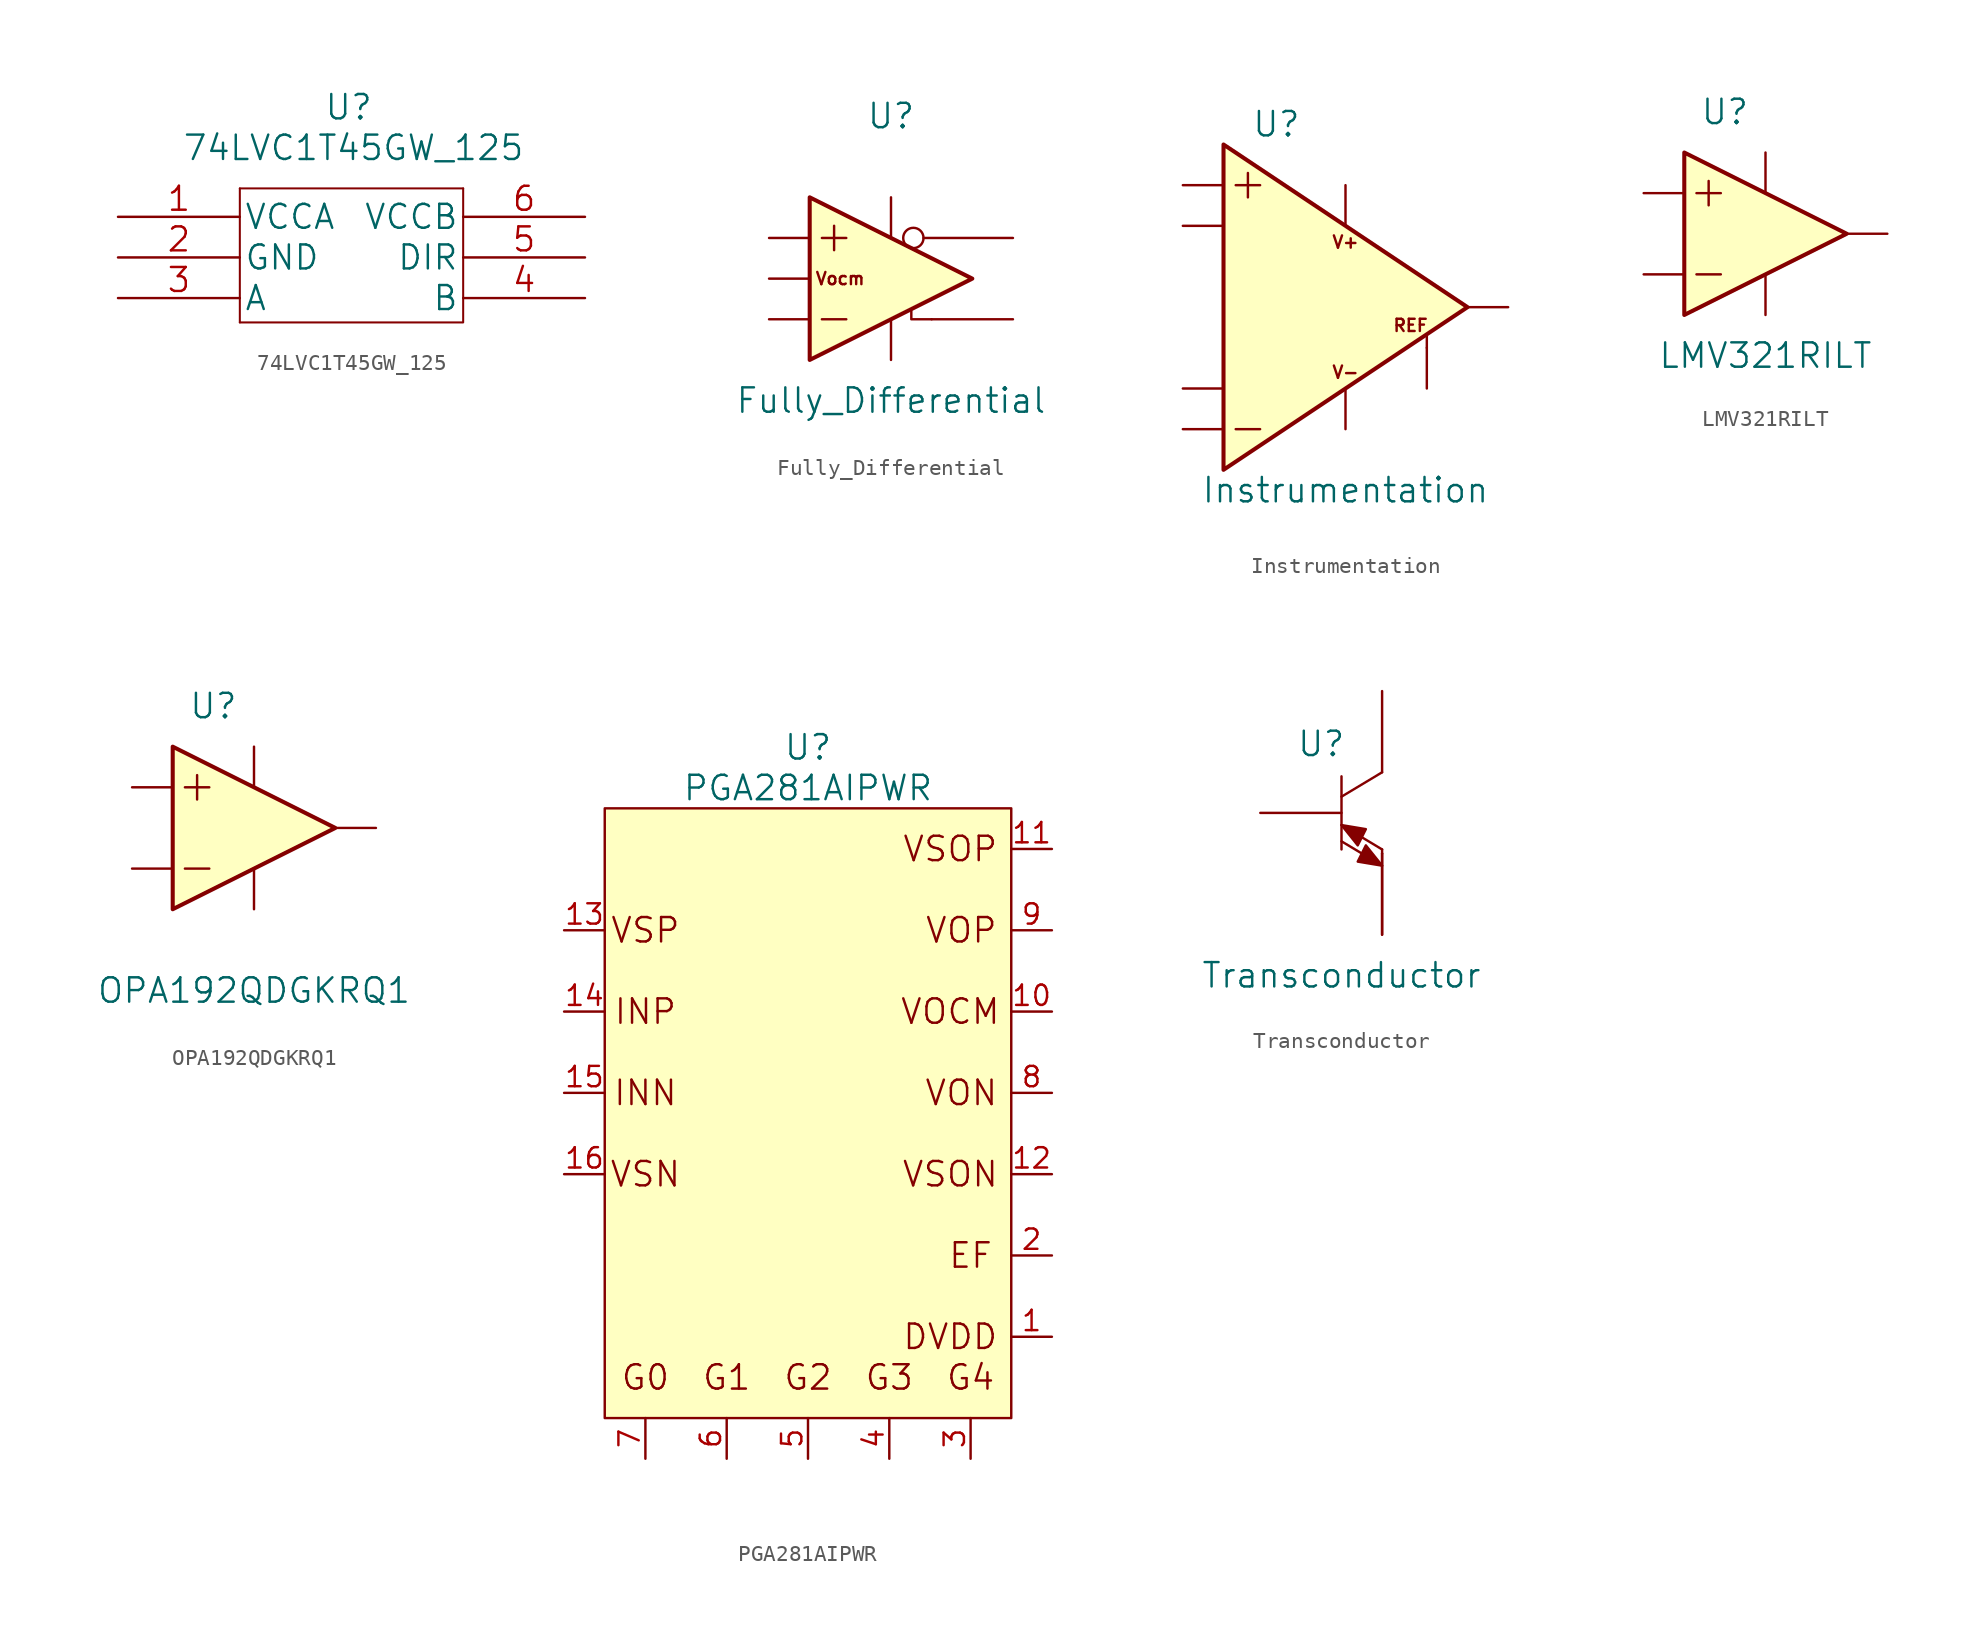
<source format=kicad_sym>
(kicad_symbol_lib
  (version 20211014)
  (generator kicad_symbol_editor)
  (symbol "74LVC1T45GW_125"
    (pin_names
      (offset 0.254))
    (property "Reference" "U"
      (at 25.095 6.858 0)
      (effects (font (size 1.524 1.524))))
    (property "Value" "74LVC1T45GW_125"
      (at 25.4 4.318 0)
      (effects (font (size 1.524 1.524))))
    (symbol "74LVC1T45GW_125_1_1"
      (polyline (pts (xy 18.288 -6.604) (xy 32.207 -6.604)) (stroke (width 0.127) (type default) (color 0 0 0 0)) (fill (type none)))
      (polyline (pts (xy 18.288 1.778) (xy 18.288 -6.604)) (stroke (width 0.127) (type default) (color 0 0 0 0)) (fill (type none)))
      (polyline (pts (xy 32.258 -6.604) (xy 32.258 1.778)) (stroke (width 0.127) (type default) (color 0 0 0 0)) (fill (type none)))
      (polyline (pts (xy 32.258 1.778) (xy 18.288 1.778)) (stroke (width 0.127) (type default) (color 0 0 0 0)) (fill (type none)))
      (pin power_in line (at 10.668 0 0) (length 7.62) (name "VCCA" (effects (font (size 1.499 1.499)))) (number "1" (effects (font (size 1.499 1.499)))))
      (pin power_in line (at 10.668 -2.54 0) (length 7.62) (name "GND" (effects (font (size 1.499 1.499)))) (number "2" (effects (font (size 1.499 1.499)))))
      (pin bidirectional line (at 10.668 -5.08 0) (length 7.62) (name "A" (effects (font (size 1.499 1.499)))) (number "3" (effects (font (size 1.499 1.499)))))
      (pin bidirectional line (at 39.878 -5.08 180) (length 7.62) (name "B" (effects (font (size 1.499 1.499)))) (number "4" (effects (font (size 1.499 1.499)))))
      (pin input line (at 39.878 -2.54 180) (length 7.62) (name "DIR" (effects (font (size 1.499 1.499)))) (number "5" (effects (font (size 1.499 1.499)))))
      (pin power_in line (at 39.878 0 180) (length 7.62) (name "VCCB" (effects (font (size 1.499 1.499)))) (number "6" (effects (font (size 1.499 1.499)))))))
  (symbol "Fully_Differential"
    (pin_numbers hide)
    (pin_names
      (offset 0) hide)
    (property "Reference" "U"
      (at 0 10.16 0)
      (effects (font (size 1.524 1.524))))
    (property "Value" "Fully_Differential"
      (at 0 -7.62 0)
      (effects (font (size 1.524 1.524))))
    (symbol "Fully_Differential_0_0"
      (text "Vocm" (at -3.175 0 0) (effects (font (size 0.762 0.762)))))
    (symbol "Fully_Differential_0_1"
      (polyline (pts (xy -4.318 -2.54) (xy -2.794 -2.54)) (stroke (width 0) (type default) (color 0 0 0 0)) (fill (type none)))
      (polyline (pts (xy -4.318 2.54) (xy -2.794 2.54)) (stroke (width 0) (type default) (color 0 0 0 0)) (fill (type none)))
      (polyline (pts (xy -3.556 3.302) (xy -3.556 1.778)) (stroke (width 0) (type default) (color 0 0 0 0)) (fill (type none)))
      (polyline (pts (xy -5.08 5.08) (xy -5.08 -5.08) (xy 5.08 0) (xy -5.08 5.08)) (stroke (width 0.254) (type default) (color 0 0 0 0)) (fill (type background)))
      (polyline (pts (xy 2.54 -2.54) (xy 1.524 -2.54) (xy 1.27 -2.54) (xy 1.27 -2.032)) (stroke (width 0) (type default) (color 0 0 0 0)) (fill (type none))))
    (symbol "Fully_Differential_1_1"
      (pin input line (at -7.62 2.54 0) (length 2.54) (name "+Input" (effects (font (size 1.27 1.27)))) (number "~" (effects (font (size 1.27 1.27)))))
      (pin input line (at 7.62 -2.54 180) (length 5.08) (name "+Output" (effects (font (size 1.27 1.27)))) (number "~" (effects (font (size 1.27 1.27)))))
      (pin input line (at -7.62 -2.54 0) (length 2.54) (name "-Input" (effects (font (size 1.27 1.27)))) (number "~" (effects (font (size 1.27 1.27)))))
      (pin input inverted (at 7.62 2.54 180) (length 6.858) (name "-Output" (effects (font (size 1.27 1.27)))) (number "~" (effects (font (size 1.27 1.27)))))
      (pin input line (at -7.62 0 0) (length 2.54) (name "Vocm" (effects (font (size 1.27 1.27)))) (number "~" (effects (font (size 1.27 1.27)))))
      (pin input line (at 0 5.08 270) (length 2.54) (name "Vs+" (effects (font (size 1.27 1.27)))) (number "~" (effects (font (size 1.27 1.27)))))
      (pin input line (at 0 -5.08 90) (length 2.54) (name "Vs-" (effects (font (size 1.27 1.27)))) (number "~" (effects (font (size 1.27 1.27)))))))
  (symbol "Instrumentation"
    (pin_numbers hide)
    (pin_names
      (offset 0) hide)
    (property "Reference" "U"
      (at -4.318 11.43 0)
      (effects (font (size 1.524 1.524))))
    (property "Value" "Instrumentation"
      (at 0 -11.43 0)
      (effects (font (size 1.524 1.524))))
    (symbol "Instrumentation_0_0"
      (text "REF" (at 4.064 -1.143 0) (effects (font (size 0.762 0.762))))
      (text "V+" (at 0 4.064 0) (effects (font (size 0.762 0.762))))
      (text "V-" (at 0 -4.064 0) (effects (font (size 0.762 0.762)))))
    (symbol "Instrumentation_0_1"
      (polyline (pts (xy -6.858 -7.62) (xy -5.334 -7.62)) (stroke (width 0) (type default) (color 0 0 0 0)) (fill (type none)))
      (polyline (pts (xy -6.858 7.62) (xy -5.334 7.62)) (stroke (width 0) (type default) (color 0 0 0 0)) (fill (type none)))
      (polyline (pts (xy -6.096 8.382) (xy -6.096 6.858)) (stroke (width 0) (type default) (color 0 0 0 0)) (fill (type none)))
      (polyline (pts (xy 5.08 -1.778) (xy 5.08 -2.54)) (stroke (width 0) (type default) (color 0 0 0 0)) (fill (type none)))
      (polyline (pts (xy -7.62 10.16) (xy -7.62 -10.16) (xy 7.62 0) (xy -7.62 10.16)) (stroke (width 0.254) (type default) (color 0 0 0 0)) (fill (type background))))
    (symbol "Instrumentation_1_1"
      (pin input line (at -10.16 7.62 0) (length 2.54) (name "+Input" (effects (font (size 1.27 1.27)))) (number "~" (effects (font (size 1.27 1.27)))))
      (pin input line (at 0 7.62 270) (length 2.54) (name "+Vs" (effects (font (size 1.27 1.27)))) (number "~" (effects (font (size 1.27 1.27)))))
      (pin input line (at -10.16 -7.62 0) (length 2.54) (name "-Input" (effects (font (size 1.27 1.27)))) (number "~" (effects (font (size 1.27 1.27)))))
      (pin input line (at 0 -7.62 90) (length 2.54) (name "-Vs" (effects (font (size 1.27 1.27)))) (number "~" (effects (font (size 1.27 1.27)))))
      (pin output line (at 10.16 0 180) (length 2.54) (name "Output" (effects (font (size 1.27 1.27)))) (number "~" (effects (font (size 1.27 1.27)))))
      (pin input line (at 5.08 -5.08 90) (length 2.54) (name "REF" (effects (font (size 1.27 1.27)))) (number "~" (effects (font (size 1.27 1.27)))))
      (pin input line (at -10.16 -5.08 0) (length 2.54) (name "RG" (effects (font (size 1.27 1.27)))) (number "~" (effects (font (size 1.27 1.27)))))
      (pin input line (at -10.16 5.08 0) (length 2.54) (name "RG" (effects (font (size 1.27 1.27)))) (number "~" (effects (font (size 1.27 1.27)))))))
  (symbol "LMV321RILT"
    (pin_numbers hide)
    (pin_names
      (offset 0) hide)
    (property "Reference" "U"
      (at -2.54 7.62 0)
      (effects (font (size 1.524 1.524))))
    (property "Value" "LMV321RILT"
      (at 0 -7.62 0)
      (effects (font (size 1.524 1.524))))
    (symbol "LMV321RILT_0_1"
      (polyline (pts (xy -4.318 -2.54) (xy -2.794 -2.54)) (stroke (width 0) (type default) (color 0 0 0 0)) (fill (type none)))
      (polyline (pts (xy -4.318 2.54) (xy -2.794 2.54)) (stroke (width 0) (type default) (color 0 0 0 0)) (fill (type none)))
      (polyline (pts (xy -3.556 3.302) (xy -3.556 1.778)) (stroke (width 0) (type default) (color 0 0 0 0)) (fill (type none)))
      (polyline (pts (xy -5.08 5.08) (xy -5.08 -5.08) (xy 5.08 0) (xy -5.08 5.08)) (stroke (width 0.254) (type default) (color 0 0 0 0)) (fill (type background))))
    (symbol "LMV321RILT_1_1"
      (pin input line (at 7.62 0 180) (length 2.54) (name "Output" (effects (font (size 1.27 1.27)))) (number "1" (effects (font (size 1.27 1.27)))))
      (pin input line (at 0 -5.08 90) (length 2.54) (name "VDD" (effects (font (size 1.27 1.27)))) (number "2" (effects (font (size 1.27 1.27)))))
      (pin passive line (at -7.62 2.54 0) (length 2.54) (name "+Input" (effects (font (size 1.27 1.27)))) (number "3" (effects (font (size 1.27 1.27)))))
      (pin passive line (at -7.62 -2.54 0) (length 2.54) (name "-Input" (effects (font (size 1.27 1.27)))) (number "4" (effects (font (size 1.27 1.27)))))
      (pin input line (at 0 5.08 270) (length 2.54) (name "VCC" (effects (font (size 1.27 1.27)))) (number "5" (effects (font (size 1.27 1.27)))))))
  (symbol "OPA192QDGKRQ1"
    (pin_numbers hide)
    (pin_names
      (offset 0) hide)
    (property "Reference" "U"
      (at -2.54 7.62 0)
      (effects (font (size 1.524 1.524))))
    (property "Value" "OPA192QDGKRQ1"
      (at 0 -10.16 0)
      (effects (font (size 1.524 1.524))))
    (symbol "OPA192QDGKRQ1_0_1"
      (polyline (pts (xy -4.318 -2.54) (xy -2.794 -2.54)) (stroke (width 0) (type default) (color 0 0 0 0)) (fill (type none)))
      (polyline (pts (xy -4.318 2.54) (xy -2.794 2.54)) (stroke (width 0) (type default) (color 0 0 0 0)) (fill (type none)))
      (polyline (pts (xy -3.556 3.302) (xy -3.556 1.778)) (stroke (width 0) (type default) (color 0 0 0 0)) (fill (type none)))
      (polyline (pts (xy -5.08 5.08) (xy -5.08 -5.08) (xy 5.08 0) (xy -5.08 5.08)) (stroke (width 0.254) (type default) (color 0 0 0 0)) (fill (type background))))
    (symbol "OPA192QDGKRQ1_1_1"
      (pin passive line (at -7.62 -2.54 0) (length 2.54) (name "-Input" (effects (font (size 1.27 1.27)))) (number "2" (effects (font (size 1.27 1.27)))))
      (pin passive line (at -7.62 2.54 0) (length 2.54) (name "+Input" (effects (font (size 1.27 1.27)))) (number "3" (effects (font (size 1.27 1.27)))))
      (pin input line (at 0 -5.08 90) (length 2.54) (name "VDD" (effects (font (size 1.27 1.27)))) (number "4" (effects (font (size 1.27 1.27)))))
      (pin input line (at 7.62 0 180) (length 2.54) (name "Output" (effects (font (size 1.27 1.27)))) (number "6" (effects (font (size 1.27 1.27)))))
      (pin input line (at 0 5.08 270) (length 2.54) (name "VCC" (effects (font (size 1.27 1.27)))) (number "7" (effects (font (size 1.27 1.27)))))))
  (symbol "PGA281AIPWR"
    (pin_names
      (offset 0) hide)
    (property "Reference" "U"
      (at 0 19.05 0)
      (effects (font (size 1.524 1.524))))
    (property "Value" "PGA281AIPWR"
      (at 0 16.51 0)
      (effects (font (size 1.524 1.524))))
    (symbol "PGA281AIPWR_0_0"
      (rectangle (start -12.7 15.24) (end 12.7 -22.86) (stroke (width 0) (type default) (color 0 0 0 0)) (fill (type background)))
      (text "DVDD" (at 8.89 -17.78 0) (effects (font (size 1.524 1.524))))
      (text "EF" (at 10.16 -12.7 0) (effects (font (size 1.524 1.524))))
      (text "G0" (at -10.16 -20.32 0) (effects (font (size 1.524 1.524))))
      (text "G1" (at -5.08 -20.32 0) (effects (font (size 1.524 1.524))))
      (text "G2" (at 0 -20.32 0) (effects (font (size 1.524 1.524))))
      (text "G3" (at 5.08 -20.32 0) (effects (font (size 1.524 1.524))))
      (text "G4" (at 10.16 -20.32 0) (effects (font (size 1.524 1.524))))
      (text "INN" (at -10.16 -2.54 0) (effects (font (size 1.524 1.524))))
      (text "INP" (at -10.16 2.54 0) (effects (font (size 1.524 1.524))))
      (text "VOCM" (at 8.89 2.54 0) (effects (font (size 1.524 1.524))))
      (text "VON " (at 10.16 -2.54 0) (effects (font (size 1.524 1.524))))
      (text "VOP " (at 10.16 7.62 0) (effects (font (size 1.524 1.524))))
      (text "VSN" (at -10.16 -7.62 0) (effects (font (size 1.524 1.524))))
      (text "VSON" (at 8.89 -7.62 0) (effects (font (size 1.524 1.524))))
      (text "VSOP" (at 8.89 12.7 0) (effects (font (size 1.524 1.524))))
      (text "VSP" (at -10.16 7.62 0) (effects (font (size 1.524 1.524)))))
    (symbol "PGA281AIPWR_1_1"
      (pin input line (at 15.24 -17.78 180) (length 2.54) (name "DVDD" (effects (font (size 1.27 1.27)))) (number "1" (effects (font (size 1.27 1.27)))))
      (pin input line (at 15.24 2.54 180) (length 2.54) (name "VOCM" (effects (font (size 1.27 1.27)))) (number "10" (effects (font (size 1.27 1.27)))))
      (pin input line (at 15.24 12.7 180) (length 2.54) (name "VSOP" (effects (font (size 1.27 1.27)))) (number "11" (effects (font (size 1.27 1.27)))))
      (pin input line (at 15.24 -7.62 180) (length 2.54) (name "VSON" (effects (font (size 1.27 1.27)))) (number "12" (effects (font (size 1.27 1.27)))))
      (pin input line (at -15.24 7.62 0) (length 2.54) (name "VSP" (effects (font (size 1.27 1.27)))) (number "13" (effects (font (size 1.27 1.27)))))
      (pin input line (at -15.24 2.54 0) (length 2.54) (name "INP" (effects (font (size 1.27 1.27)))) (number "14" (effects (font (size 1.27 1.27)))))
      (pin input line (at -15.24 -2.54 0) (length 2.54) (name "INN" (effects (font (size 1.27 1.27)))) (number "15" (effects (font (size 1.27 1.27)))))
      (pin input line (at -15.24 -7.62 0) (length 2.54) (name "VSN" (effects (font (size 1.27 1.27)))) (number "16" (effects (font (size 1.27 1.27)))))
      (pin input line (at 15.24 -12.7 180) (length 2.54) (name "EF" (effects (font (size 1.27 1.27)))) (number "2" (effects (font (size 1.27 1.27)))))
      (pin input line (at 10.16 -25.4 90) (length 2.54) (name "G4" (effects (font (size 1.27 1.27)))) (number "3" (effects (font (size 1.27 1.27)))))
      (pin input line (at 5.08 -25.4 90) (length 2.54) (name "G3" (effects (font (size 1.27 1.27)))) (number "4" (effects (font (size 1.27 1.27)))))
      (pin input line (at 0 -25.4 90) (length 2.54) (name "G2" (effects (font (size 1.27 1.27)))) (number "5" (effects (font (size 1.27 1.27)))))
      (pin input line (at -5.08 -25.4 90) (length 2.54) (name "G1" (effects (font (size 1.27 1.27)))) (number "6" (effects (font (size 1.27 1.27)))))
      (pin input line (at -10.16 -25.4 90) (length 2.54) (name "G0" (effects (font (size 1.27 1.27)))) (number "7" (effects (font (size 1.27 1.27)))))
      (pin input line (at 15.24 -2.54 180) (length 2.54) (name "VON" (effects (font (size 1.27 1.27)))) (number "8" (effects (font (size 1.27 1.27)))))
      (pin input line (at 15.24 7.62 180) (length 2.54) (name "VOP" (effects (font (size 1.27 1.27)))) (number "9" (effects (font (size 1.27 1.27)))))))
  (symbol "Transconductor"
    (pin_numbers hide)
    (pin_names
      (offset 0) hide)
    (property "Reference" "U"
      (at -1.27 4.318 0)
      (effects (font (size 1.524 1.524))))
    (property "Value" "Transconductor"
      (at 0 -10.16 0)
      (effects (font (size 1.524 1.524))))
    (symbol "Transconductor_0_1"
      (polyline (pts (xy 0 -0.762) (xy 2.54 -2.286)) (stroke (width 0) (type default) (color 0 0 0 0)) (fill (type none)))
      (polyline (pts (xy 0 2.286) (xy 0 -2.286)) (stroke (width 0) (type default) (color 0 0 0 0)) (fill (type none)))
      (polyline (pts (xy 2.54 -3.302) (xy 0 -1.778)) (stroke (width 0) (type default) (color 0 0 0 0)) (fill (type none)))
      (polyline (pts (xy 2.54 -2.54) (xy 2.54 -2.286)) (stroke (width 0) (type default) (color 0 0 0 0)) (fill (type none)))
      (polyline (pts (xy 2.54 2.54) (xy 0 1.016)) (stroke (width 0) (type default) (color 0 0 0 0)) (fill (type none)))
      (polyline (pts (xy 0 -0.762) (xy 1.016 -2.032) (xy 1.524 -1.016) (xy 0 -0.762)) (stroke (width 0) (type default) (color 0 0 0 0)) (fill (type outline)))
      (polyline (pts (xy 2.54 -3.302) (xy 1.524 -2.032) (xy 1.016 -3.048) (xy 2.54 -3.302)) (stroke (width 0) (type default) (color 0 0 0 0)) (fill (type outline))))
    (symbol "Transconductor_1_1"
      (pin input line (at -5.08 0 0) (length 5.08) (name "B" (effects (font (size 1.27 1.27)))) (number "~" (effects (font (size 1.27 1.27)))))
      (pin input line (at 2.54 7.62 270) (length 5.08) (name "C" (effects (font (size 1.27 1.27)))) (number "~" (effects (font (size 1.27 1.27)))))
      (pin input line (at 2.54 -7.62 90) (length 5.08) (name "E" (effects (font (size 1.27 1.27)))) (number "~" (effects (font (size 1.27 1.27)))))
      (pin input line (at 2.54 -7.62 90) (length 5.08) (name "E" (effects (font (size 1.27 1.27)))) (number "~" (effects (font (size 1.27 1.27))))))))
</source>
